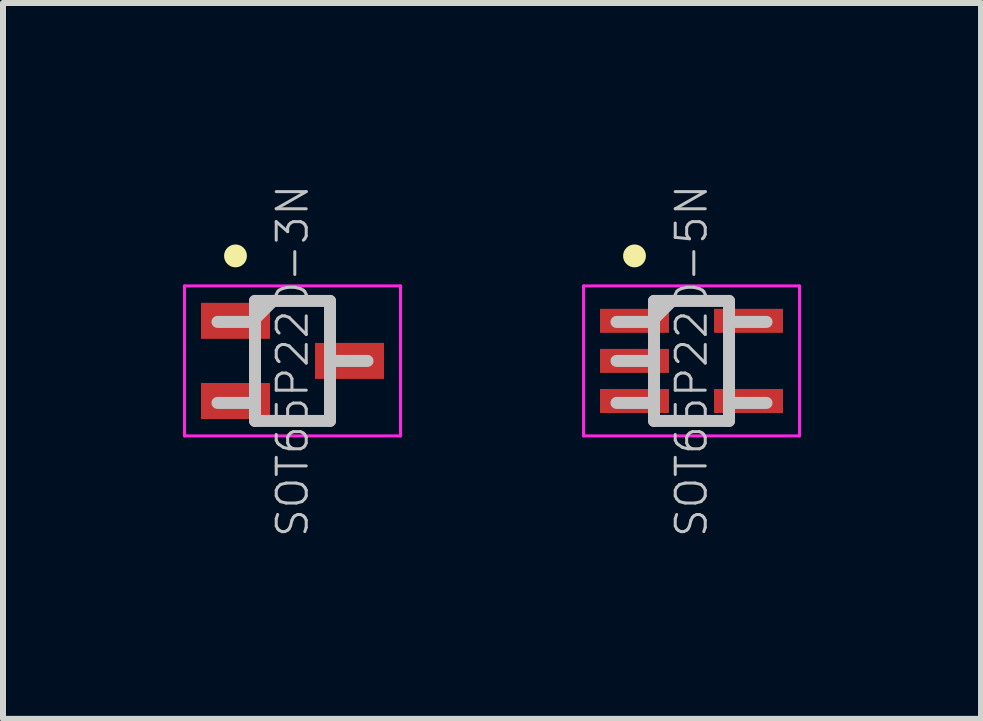
<source format=kicad_pcb>
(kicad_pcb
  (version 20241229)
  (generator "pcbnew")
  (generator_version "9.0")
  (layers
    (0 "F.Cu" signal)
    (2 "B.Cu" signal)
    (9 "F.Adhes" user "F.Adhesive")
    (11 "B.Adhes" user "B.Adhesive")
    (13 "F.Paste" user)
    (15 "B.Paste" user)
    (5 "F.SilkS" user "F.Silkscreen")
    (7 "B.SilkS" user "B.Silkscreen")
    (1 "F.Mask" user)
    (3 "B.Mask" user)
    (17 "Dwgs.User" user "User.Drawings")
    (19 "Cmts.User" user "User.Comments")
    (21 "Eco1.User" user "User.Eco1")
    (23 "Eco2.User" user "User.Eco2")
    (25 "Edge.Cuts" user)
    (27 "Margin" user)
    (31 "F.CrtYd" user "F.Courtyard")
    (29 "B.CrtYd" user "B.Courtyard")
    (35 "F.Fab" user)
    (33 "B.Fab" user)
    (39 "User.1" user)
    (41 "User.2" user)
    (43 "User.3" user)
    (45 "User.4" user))
  (footprint "SOT65P220-3N"
    (layer "F.Cu")
    (at 1.825 2.965)
    (property "Reference" "SOT65P220-3N" (at 0 0 90) (layer "Dwgs.User") (effects (font (size 0.5 0.5) (thickness 0.05))))
    (attr smd)
    (fp_line (start -0.95 -1.75) (end -0.95 -1.75) (stroke (width 0.381) (type solid)) (layer "F.SilkS"))
    (fp_line (start -0.65 -0.65) (end -1.25 -0.65) (stroke (width 0.2) (type solid)) (layer "Dwgs.User"))
    (fp_line (start -0.65 0.7) (end -1.25 0.7) (stroke (width 0.2) (type solid)) (layer "Dwgs.User"))
    (fp_line (start -0.625 -1) (end -0.625 1) (stroke (width 0.2) (type solid)) (layer "Dwgs.User"))
    (fp_line (start -0.625 -1) (end 0.625 -1) (stroke (width 0.2) (type solid)) (layer "Dwgs.User"))
    (fp_line (start -0.625 -0.7) (end -0.325 -1) (stroke (width 0.2) (type solid)) (layer "Dwgs.User"))
    (fp_line (start -0.625 1) (end 0.625 1) (stroke (width 0.2) (type solid)) (layer "Dwgs.User"))
    (fp_line (start 0.625 -1) (end 0.625 1) (stroke (width 0.2) (type solid)) (layer "Dwgs.User"))
    (fp_line (start 1.25 0) (end 0.65 0) (stroke (width 0.2) (type solid)) (layer "Dwgs.User"))
    (fp_line (start -1.8 -1.25) (end -1.8 1.25) (stroke (width 0.05) (type solid)) (layer "F.CrtYd"))
    (fp_line (start -1.8 -1.25) (end 1.8 -1.25) (stroke (width 0.05) (type solid)) (layer "F.CrtYd"))
    (fp_line (start -1.8 1.25) (end 1.8 1.25) (stroke (width 0.05) (type solid)) (layer "F.CrtYd"))
    (fp_line (start 1.8 -1.25) (end 1.8 1.25) (stroke (width 0.05) (type solid)) (layer "F.CrtYd"))
    (pad "1" smd rect (at -0.95 -0.668 90) (size 0.6 1.15) (layers "F.Cu" "F.Mask" "F.Paste"))
    (pad "2" smd rect (at -0.95 0.668 90) (size 0.6 1.15) (layers "F.Cu" "F.Mask" "F.Paste"))
    (pad "3" smd rect (at 0.95 0 90) (size 0.6 1.15) (layers "F.Cu" "F.Mask" "F.Paste")))
  (footprint "SOT65P220-5N"
    (layer "F.Cu")
    (at 8.475 2.965)
    (property "Reference" "SOT65P220-5N" (at 0 0 90) (layer "Dwgs.User") (effects (font (size 0.5 0.5) (thickness 0.05))))
    (attr smd)
    (fp_line (start -0.95 -1.75) (end -0.95 -1.75) (stroke (width 0.381) (type solid)) (layer "F.SilkS"))
    (fp_line (start -0.65 -0.65) (end -1.25 -0.65) (stroke (width 0.2) (type solid)) (layer "Dwgs.User"))
    (fp_line (start -0.65 0) (end -1.25 0) (stroke (width 0.2) (type solid)) (layer "Dwgs.User"))
    (fp_line (start -0.65 0.7) (end -1.25 0.7) (stroke (width 0.2) (type solid)) (layer "Dwgs.User"))
    (fp_line (start -0.625 -1) (end -0.625 1) (stroke (width 0.2) (type solid)) (layer "Dwgs.User"))
    (fp_line (start -0.625 -1) (end 0.625 -1) (stroke (width 0.2) (type solid)) (layer "Dwgs.User"))
    (fp_line (start -0.625 -0.7) (end -0.325 -1) (stroke (width 0.2) (type solid)) (layer "Dwgs.User"))
    (fp_line (start -0.625 1) (end 0.625 1) (stroke (width 0.2) (type solid)) (layer "Dwgs.User"))
    (fp_line (start 0.625 -1) (end 0.625 1) (stroke (width 0.2) (type solid)) (layer "Dwgs.User"))
    (fp_line (start 1.25 -0.65) (end 0.65 -0.65) (stroke (width 0.2) (type solid)) (layer "Dwgs.User"))
    (fp_line (start 1.25 0.7) (end 0.65 0.7) (stroke (width 0.2) (type solid)) (layer "Dwgs.User"))
    (fp_line (start -1.8 -1.25) (end -1.8 1.25) (stroke (width 0.05) (type solid)) (layer "F.CrtYd"))
    (fp_line (start -1.8 -1.25) (end 1.8 -1.25) (stroke (width 0.05) (type solid)) (layer "F.CrtYd"))
    (fp_line (start -1.8 1.25) (end 1.8 1.25) (stroke (width 0.05) (type solid)) (layer "F.CrtYd"))
    (fp_line (start 1.8 -1.25) (end 1.8 1.25) (stroke (width 0.05) (type solid)) (layer "F.CrtYd"))
    (pad "1" smd rect (at -0.95 -0.668 90) (size 0.4 1.15) (layers "F.Cu" "F.Mask" "F.Paste"))
    (pad "2" smd rect (at -0.95 0 90) (size 0.4 1.15) (layers "F.Cu" "F.Mask" "F.Paste"))
    (pad "3" smd rect (at -0.95 0.668 90) (size 0.4 1.15) (layers "F.Cu" "F.Mask" "F.Paste"))
    (pad "4" smd rect (at 0.95 0.668 90) (size 0.4 1.15) (layers "F.Cu" "F.Mask" "F.Paste"))
    (pad "5" smd rect (at 0.95 -0.668 90) (size 0.4 1.15) (layers "F.Cu" "F.Mask" "F.Paste")))
  (gr_rect
    (start -3 -3)
    (end 13.3 8.931)
    (stroke (width 0.1) (type default))
    (fill no)
    (layer "Edge.Cuts")))
</source>
